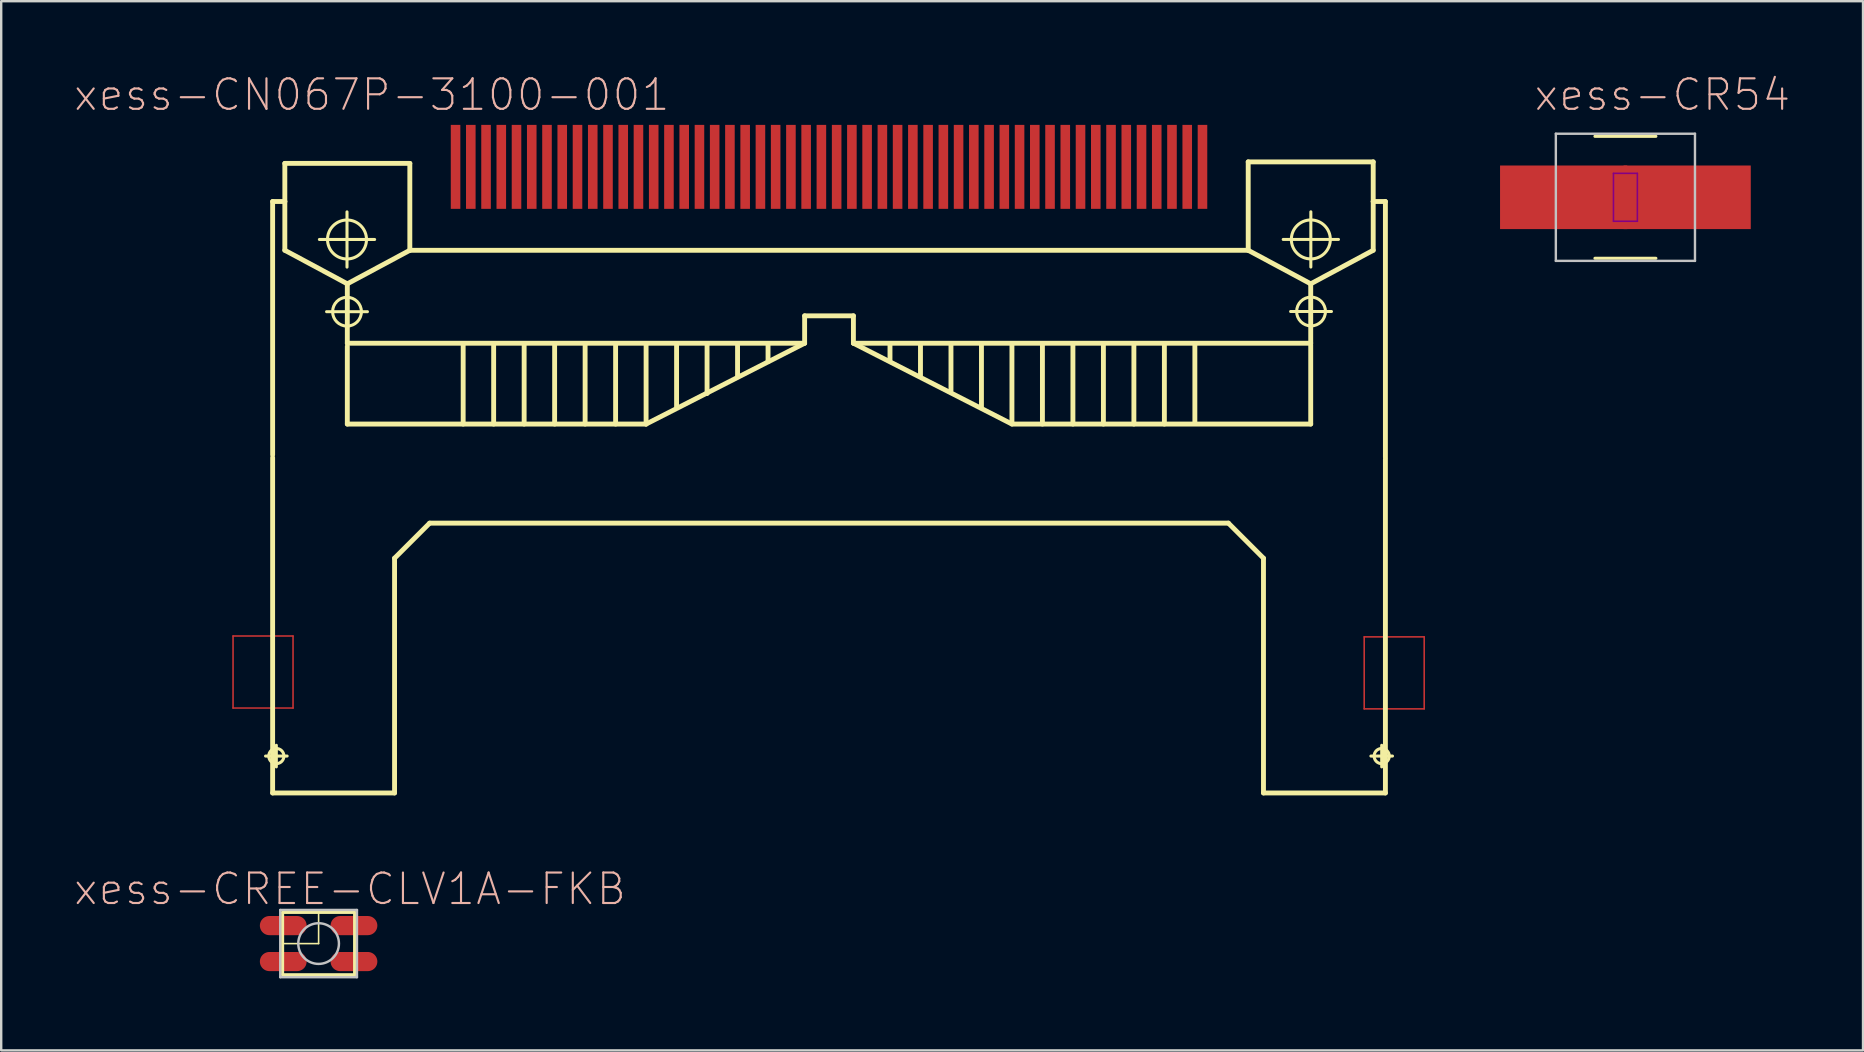
<source format=kicad_pcb>
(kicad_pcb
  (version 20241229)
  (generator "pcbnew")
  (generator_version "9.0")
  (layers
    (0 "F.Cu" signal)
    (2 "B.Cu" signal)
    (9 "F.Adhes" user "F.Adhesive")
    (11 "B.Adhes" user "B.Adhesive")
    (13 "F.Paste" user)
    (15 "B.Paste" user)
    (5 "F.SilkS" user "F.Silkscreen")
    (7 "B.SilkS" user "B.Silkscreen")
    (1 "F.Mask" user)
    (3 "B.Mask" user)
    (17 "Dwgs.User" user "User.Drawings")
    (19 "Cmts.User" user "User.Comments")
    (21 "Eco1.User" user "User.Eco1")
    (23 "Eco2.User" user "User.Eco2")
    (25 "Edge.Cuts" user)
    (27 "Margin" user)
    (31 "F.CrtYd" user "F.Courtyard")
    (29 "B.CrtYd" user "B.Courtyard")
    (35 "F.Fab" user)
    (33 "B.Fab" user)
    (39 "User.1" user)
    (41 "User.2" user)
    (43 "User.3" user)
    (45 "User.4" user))
  (footprint "xess-CN067P-3100-001"
    (layer "F.Cu")
    (at 31.484 4.074)
    (property "Reference" "xess-CN067P-3100-001" (at -19.05 -3.175 0) (layer "B.SilkS") (effects (font (size 1.27 1.27) (thickness 0.089))))
    (attr smd)
    (fp_line (start -24.826 19.37) (end -22.327 19.37) (stroke (width 0.066) (type solid)) (layer "F.Cu"))
    (fp_line (start -24.826 22.37) (end -24.826 19.37) (stroke (width 0.066) (type solid)) (layer "F.Cu"))
    (fp_line (start -24.826 22.37) (end -22.327 22.37) (stroke (width 0.066) (type solid)) (layer "F.Cu"))
    (fp_line (start -22.327 22.37) (end -22.327 19.37) (stroke (width 0.066) (type solid)) (layer "F.Cu"))
    (fp_line (start 22.294 19.406) (end 24.793 19.406) (stroke (width 0.066) (type solid)) (layer "F.Cu"))
    (fp_line (start 22.294 22.405) (end 22.294 19.406) (stroke (width 0.066) (type solid)) (layer "F.Cu"))
    (fp_line (start 22.294 22.405) (end 24.793 22.405) (stroke (width 0.066) (type solid)) (layer "F.Cu"))
    (fp_line (start 24.793 22.405) (end 24.793 19.406) (stroke (width 0.066) (type solid)) (layer "F.Cu"))
    (fp_line (start -24.973 19.241) (end -22.205 19.241) (stroke (width 0.066) (type solid)) (layer "F.Mask"))
    (fp_line (start -24.973 22.497) (end -24.973 19.241) (stroke (width 0.066) (type solid)) (layer "F.Mask"))
    (fp_line (start -24.973 22.497) (end -22.205 22.497) (stroke (width 0.066) (type solid)) (layer "F.Mask"))
    (fp_line (start -22.205 22.497) (end -22.205 19.241) (stroke (width 0.066) (type solid)) (layer "F.Mask"))
    (fp_line (start 22.151 19.279) (end 24.92 19.279) (stroke (width 0.066) (type solid)) (layer "F.Mask"))
    (fp_line (start 22.151 22.537) (end 22.151 19.279) (stroke (width 0.066) (type solid)) (layer "F.Mask"))
    (fp_line (start 22.151 22.537) (end 24.92 22.537) (stroke (width 0.066) (type solid)) (layer "F.Mask"))
    (fp_line (start 24.92 22.537) (end 24.92 19.279) (stroke (width 0.066) (type solid)) (layer "F.Mask"))
    (fp_line (start -23.472 24.371) (end -22.573 24.371) (stroke (width 0.127) (type solid)) (layer "F.SilkS"))
    (fp_line (start -23.177 1.27) (end -22.669 1.27) (stroke (width 0.203) (type solid)) (layer "F.SilkS"))
    (fp_line (start -23.177 11.826) (end -23.177 1.27) (stroke (width 0.203) (type solid)) (layer "F.SilkS"))
    (fp_line (start -23.177 25.908) (end -23.177 11.938) (stroke (width 0.203) (type solid)) (layer "F.SilkS"))
    (fp_line (start -23.023 24.821) (end -23.023 23.922) (stroke (width 0.127) (type solid)) (layer "F.SilkS"))
    (fp_line (start -22.669 -0.318) (end -17.462 -0.318) (stroke (width 0.203) (type solid)) (layer "F.SilkS"))
    (fp_line (start -22.669 1.27) (end -22.669 -0.318) (stroke (width 0.203) (type solid)) (layer "F.SilkS"))
    (fp_line (start -22.669 3.302) (end -22.669 1.27) (stroke (width 0.203) (type solid)) (layer "F.SilkS"))
    (fp_line (start -21.229 2.852) (end -18.928 2.852) (stroke (width 0.127) (type solid)) (layer "F.SilkS"))
    (fp_line (start -20.93 5.86) (end -19.228 5.86) (stroke (width 0.127) (type solid)) (layer "F.SilkS"))
    (fp_line (start -20.079 4.003) (end -20.079 1.702) (stroke (width 0.127) (type solid)) (layer "F.SilkS"))
    (fp_line (start -20.079 6.708) (end -20.079 5.009) (stroke (width 0.127) (type solid)) (layer "F.SilkS"))
    (fp_line (start -20.066 4.699) (end -22.669 3.302) (stroke (width 0.203) (type solid)) (layer "F.SilkS"))
    (fp_line (start -20.066 4.699) (end -20.066 7.173) (stroke (width 0.203) (type solid)) (layer "F.SilkS"))
    (fp_line (start -20.066 7.173) (end -1.016 7.173) (stroke (width 0.203) (type solid)) (layer "F.SilkS"))
    (fp_line (start -20.066 10.541) (end -20.066 7.303) (stroke (width 0.203) (type solid)) (layer "F.SilkS"))
    (fp_line (start -18.098 16.129) (end -18.098 25.908) (stroke (width 0.203) (type solid)) (layer "F.SilkS"))
    (fp_line (start -18.098 25.908) (end -23.177 25.908) (stroke (width 0.203) (type solid)) (layer "F.SilkS"))
    (fp_line (start -17.462 -0.318) (end -17.462 3.302) (stroke (width 0.203) (type solid)) (layer "F.SilkS"))
    (fp_line (start -17.462 3.302) (end -20.066 4.699) (stroke (width 0.203) (type solid)) (layer "F.SilkS"))
    (fp_line (start -17.462 3.302) (end 17.462 3.302) (stroke (width 0.203) (type solid)) (layer "F.SilkS"))
    (fp_line (start -16.637 14.668) (end -18.098 16.129) (stroke (width 0.203) (type solid)) (layer "F.SilkS"))
    (fp_line (start -15.24 7.236) (end -15.24 10.541) (stroke (width 0.203) (type solid)) (layer "F.SilkS"))
    (fp_line (start -13.97 7.236) (end -13.97 10.541) (stroke (width 0.203) (type solid)) (layer "F.SilkS"))
    (fp_line (start -12.7 7.236) (end -12.7 10.541) (stroke (width 0.203) (type solid)) (layer "F.SilkS"))
    (fp_line (start -11.43 7.236) (end -11.43 10.541) (stroke (width 0.203) (type solid)) (layer "F.SilkS"))
    (fp_line (start -10.16 7.236) (end -10.16 10.541) (stroke (width 0.203) (type solid)) (layer "F.SilkS"))
    (fp_line (start -8.89 7.236) (end -8.89 10.541) (stroke (width 0.203) (type solid)) (layer "F.SilkS"))
    (fp_line (start -7.62 7.236) (end -7.62 10.541) (stroke (width 0.203) (type solid)) (layer "F.SilkS"))
    (fp_line (start -7.62 10.541) (end -20.066 10.541) (stroke (width 0.203) (type solid)) (layer "F.SilkS"))
    (fp_line (start -6.35 7.236) (end -6.35 9.842) (stroke (width 0.203) (type solid)) (layer "F.SilkS"))
    (fp_line (start -5.08 7.236) (end -5.08 9.271) (stroke (width 0.203) (type solid)) (layer "F.SilkS"))
    (fp_line (start -3.81 7.236) (end -3.81 8.572) (stroke (width 0.203) (type solid)) (layer "F.SilkS"))
    (fp_line (start -2.54 7.236) (end -2.54 7.938) (stroke (width 0.203) (type solid)) (layer "F.SilkS"))
    (fp_line (start -1.016 6.032) (end 1.016 6.032) (stroke (width 0.203) (type solid)) (layer "F.SilkS"))
    (fp_line (start -1.016 7.173) (end -7.62 10.541) (stroke (width 0.203) (type solid)) (layer "F.SilkS"))
    (fp_line (start -1.016 7.173) (end -1.016 6.032) (stroke (width 0.203) (type solid)) (layer "F.SilkS"))
    (fp_line (start 1.016 6.032) (end 1.016 7.173) (stroke (width 0.203) (type solid)) (layer "F.SilkS"))
    (fp_line (start 1.016 7.173) (end 20.066 7.173) (stroke (width 0.203) (type solid)) (layer "F.SilkS"))
    (fp_line (start 2.54 7.236) (end 2.54 7.874) (stroke (width 0.203) (type solid)) (layer "F.SilkS"))
    (fp_line (start 3.81 7.236) (end 3.81 8.509) (stroke (width 0.203) (type solid)) (layer "F.SilkS"))
    (fp_line (start 5.08 7.236) (end 5.08 9.144) (stroke (width 0.203) (type solid)) (layer "F.SilkS"))
    (fp_line (start 6.35 7.236) (end 6.35 9.842) (stroke (width 0.203) (type solid)) (layer "F.SilkS"))
    (fp_line (start 7.62 7.236) (end 7.62 10.477) (stroke (width 0.203) (type solid)) (layer "F.SilkS"))
    (fp_line (start 7.62 10.541) (end 1.016 7.173) (stroke (width 0.203) (type solid)) (layer "F.SilkS"))
    (fp_line (start 8.89 7.236) (end 8.89 10.541) (stroke (width 0.203) (type solid)) (layer "F.SilkS"))
    (fp_line (start 10.16 7.236) (end 10.16 10.541) (stroke (width 0.203) (type solid)) (layer "F.SilkS"))
    (fp_line (start 11.43 7.236) (end 11.43 10.541) (stroke (width 0.203) (type solid)) (layer "F.SilkS"))
    (fp_line (start 12.7 7.236) (end 12.7 10.541) (stroke (width 0.203) (type solid)) (layer "F.SilkS"))
    (fp_line (start 13.97 7.236) (end 13.97 10.541) (stroke (width 0.203) (type solid)) (layer "F.SilkS"))
    (fp_line (start 15.24 10.477) (end 15.24 7.236) (stroke (width 0.203) (type solid)) (layer "F.SilkS"))
    (fp_line (start 16.637 14.668) (end -16.637 14.668) (stroke (width 0.203) (type solid)) (layer "F.SilkS"))
    (fp_line (start 17.462 -0.381) (end 22.669 -0.381) (stroke (width 0.203) (type solid)) (layer "F.SilkS"))
    (fp_line (start 17.462 3.302) (end 17.462 -0.381) (stroke (width 0.203) (type solid)) (layer "F.SilkS"))
    (fp_line (start 18.098 16.129) (end 16.637 14.668) (stroke (width 0.203) (type solid)) (layer "F.SilkS"))
    (fp_line (start 18.098 25.908) (end 18.098 16.129) (stroke (width 0.203) (type solid)) (layer "F.SilkS"))
    (fp_line (start 18.92 2.85) (end 21.222 2.85) (stroke (width 0.127) (type solid)) (layer "F.SilkS"))
    (fp_line (start 19.228 5.852) (end 20.93 5.852) (stroke (width 0.127) (type solid)) (layer "F.SilkS"))
    (fp_line (start 20.066 4.699) (end 17.462 3.302) (stroke (width 0.203) (type solid)) (layer "F.SilkS"))
    (fp_line (start 20.066 7.173) (end 20.066 4.699) (stroke (width 0.203) (type solid)) (layer "F.SilkS"))
    (fp_line (start 20.066 7.236) (end 20.066 10.541) (stroke (width 0.203) (type solid)) (layer "F.SilkS"))
    (fp_line (start 20.066 10.541) (end 7.62 10.541) (stroke (width 0.203) (type solid)) (layer "F.SilkS"))
    (fp_line (start 20.071 4) (end 20.071 1.699) (stroke (width 0.127) (type solid)) (layer "F.SilkS"))
    (fp_line (start 20.079 6.701) (end 20.079 5.001) (stroke (width 0.127) (type solid)) (layer "F.SilkS"))
    (fp_line (start 22.573 24.371) (end 23.472 24.371) (stroke (width 0.127) (type solid)) (layer "F.SilkS"))
    (fp_line (start 22.669 -0.381) (end 22.669 1.27) (stroke (width 0.203) (type solid)) (layer "F.SilkS"))
    (fp_line (start 22.669 1.27) (end 22.669 3.302) (stroke (width 0.203) (type solid)) (layer "F.SilkS"))
    (fp_line (start 22.669 1.27) (end 23.177 1.27) (stroke (width 0.203) (type solid)) (layer "F.SilkS"))
    (fp_line (start 22.669 3.302) (end 20.066 4.699) (stroke (width 0.203) (type solid)) (layer "F.SilkS"))
    (fp_line (start 23.023 24.821) (end 23.023 23.922) (stroke (width 0.127) (type solid)) (layer "F.SilkS"))
    (fp_line (start 23.177 1.27) (end 23.177 11.928) (stroke (width 0.203) (type solid)) (layer "F.SilkS"))
    (fp_line (start 23.177 12.002) (end 23.177 25.908) (stroke (width 0.203) (type solid)) (layer "F.SilkS"))
    (fp_line (start 23.177 25.908) (end 18.098 25.908) (stroke (width 0.203) (type solid)) (layer "F.SilkS"))
    (fp_circle (center -23.023 24.371) (end -23.246 24.595) (stroke (width 0.127) (type solid)) (fill no) (layer "F.SilkS"))
    (fp_circle (center -20.079 2.852) (end -20.653 3.426) (stroke (width 0.127) (type solid)) (fill no) (layer "F.SilkS"))
    (fp_circle (center -20.079 5.86) (end -20.503 6.284) (stroke (width 0.127) (type solid)) (fill no) (layer "F.SilkS"))
    (fp_circle (center 20.071 2.85) (end 20.645 3.424) (stroke (width 0.127) (type solid)) (fill no) (layer "F.SilkS"))
    (fp_circle (center 20.079 5.852) (end 20.503 6.276) (stroke (width 0.127) (type solid)) (fill no) (layer "F.SilkS"))
    (fp_circle (center 23.023 24.371) (end 23.246 24.595) (stroke (width 0.127) (type solid)) (fill no) (layer "F.SilkS"))
    (fp_line (start -24.834 19.373) (end -22.327 19.373) (stroke (width 0.066) (type solid)) (layer "F.Paste"))
    (fp_line (start -24.834 22.372) (end -24.834 19.373) (stroke (width 0.066) (type solid)) (layer "F.Paste"))
    (fp_line (start -24.834 22.372) (end -22.327 22.372) (stroke (width 0.066) (type solid)) (layer "F.Paste"))
    (fp_line (start -22.327 22.372) (end -22.327 19.373) (stroke (width 0.066) (type solid)) (layer "F.Paste"))
    (fp_line (start 22.283 19.401) (end 24.79 19.401) (stroke (width 0.066) (type solid)) (layer "F.Paste"))
    (fp_line (start 22.283 22.4) (end 22.283 19.401) (stroke (width 0.066) (type solid)) (layer "F.Paste"))
    (fp_line (start 22.283 22.4) (end 24.79 22.4) (stroke (width 0.066) (type solid)) (layer "F.Paste"))
    (fp_line (start 24.79 22.4) (end 24.79 19.401) (stroke (width 0.066) (type solid)) (layer "F.Paste"))
    (pad "1" smd rect (at -15.557 -0.173) (size 0.399 3.498) (layers "F.Cu" "F.Mask" "F.Paste"))
    (pad "2" smd rect (at -14.287 -0.173) (size 0.399 3.498) (layers "F.Cu" "F.Mask" "F.Paste"))
    (pad "3" smd rect (at -13.018 -0.173) (size 0.399 3.498) (layers "F.Cu" "F.Mask" "F.Paste"))
    (pad "4" smd rect (at -11.748 -0.173) (size 0.399 3.498) (layers "F.Cu" "F.Mask" "F.Paste"))
    (pad "5" smd rect (at -10.477 -0.173) (size 0.399 3.498) (layers "F.Cu" "F.Mask" "F.Paste"))
    (pad "6" smd rect (at -9.207 -0.173) (size 0.399 3.498) (layers "F.Cu" "F.Mask" "F.Paste"))
    (pad "7" smd rect (at -7.938 -0.173) (size 0.399 3.498) (layers "F.Cu" "F.Mask" "F.Paste"))
    (pad "8" smd rect (at -6.668 -0.173) (size 0.399 3.498) (layers "F.Cu" "F.Mask" "F.Paste"))
    (pad "9" smd rect (at -5.397 -0.173) (size 0.399 3.498) (layers "F.Cu" "F.Mask" "F.Paste"))
    (pad "10" smd rect (at -4.128 -0.173) (size 0.399 3.498) (layers "F.Cu" "F.Mask" "F.Paste"))
    (pad "11" smd rect (at -2.857 -0.173) (size 0.399 3.498) (layers "F.Cu" "F.Mask" "F.Paste"))
    (pad "12" smd rect (at -1.587 -0.173) (size 0.399 3.498) (layers "F.Cu" "F.Mask" "F.Paste"))
    (pad "13" smd rect (at -0.318 -0.173) (size 0.399 3.498) (layers "F.Cu" "F.Mask" "F.Paste"))
    (pad "14" smd rect (at 0.953 -0.173) (size 0.399 3.498) (layers "F.Cu" "F.Mask" "F.Paste"))
    (pad "15" smd rect (at 2.223 -0.173) (size 0.399 3.498) (layers "F.Cu" "F.Mask" "F.Paste"))
    (pad "16" smd rect (at 3.493 -0.173) (size 0.399 3.498) (layers "F.Cu" "F.Mask" "F.Paste"))
    (pad "17" smd rect (at 4.763 -0.173) (size 0.399 3.498) (layers "F.Cu" "F.Mask" "F.Paste"))
    (pad "18" smd rect (at 6.032 -0.173) (size 0.399 3.498) (layers "F.Cu" "F.Mask" "F.Paste"))
    (pad "19" smd rect (at 7.303 -0.173) (size 0.399 3.498) (layers "F.Cu" "F.Mask" "F.Paste"))
    (pad "20" smd rect (at 8.572 -0.173) (size 0.399 3.498) (layers "F.Cu" "F.Mask" "F.Paste"))
    (pad "21" smd rect (at 9.842 -0.173) (size 0.399 3.498) (layers "F.Cu" "F.Mask" "F.Paste"))
    (pad "22" smd rect (at 11.113 -0.173) (size 0.399 3.498) (layers "F.Cu" "F.Mask" "F.Paste"))
    (pad "23" smd rect (at 12.383 -0.173) (size 0.399 3.498) (layers "F.Cu" "F.Mask" "F.Paste"))
    (pad "24" smd rect (at 13.652 -0.173) (size 0.399 3.498) (layers "F.Cu" "F.Mask" "F.Paste"))
    (pad "25" smd rect (at 14.922 -0.173) (size 0.399 3.498) (layers "F.Cu" "F.Mask" "F.Paste"))
    (pad "26" smd rect (at -14.922 -0.173) (size 0.399 3.498) (layers "F.Cu" "F.Mask" "F.Paste"))
    (pad "27" smd rect (at -13.652 -0.173) (size 0.399 3.498) (layers "F.Cu" "F.Mask" "F.Paste"))
    (pad "28" smd rect (at -12.383 -0.173) (size 0.399 3.498) (layers "F.Cu" "F.Mask" "F.Paste"))
    (pad "29" smd rect (at -11.113 -0.173) (size 0.399 3.498) (layers "F.Cu" "F.Mask" "F.Paste"))
    (pad "30" smd rect (at -9.842 -0.173) (size 0.399 3.498) (layers "F.Cu" "F.Mask" "F.Paste"))
    (pad "31" smd rect (at -8.572 -0.173) (size 0.399 3.498) (layers "F.Cu" "F.Mask" "F.Paste"))
    (pad "32" smd rect (at -7.303 -0.173) (size 0.399 3.498) (layers "F.Cu" "F.Mask" "F.Paste"))
    (pad "33" smd rect (at -6.032 -0.173) (size 0.399 3.498) (layers "F.Cu" "F.Mask" "F.Paste"))
    (pad "34" smd rect (at -4.763 -0.173) (size 0.399 3.498) (layers "F.Cu" "F.Mask" "F.Paste"))
    (pad "35" smd rect (at -3.493 -0.173) (size 0.399 3.498) (layers "F.Cu" "F.Mask" "F.Paste"))
    (pad "36" smd rect (at -2.223 -0.173) (size 0.399 3.498) (layers "F.Cu" "F.Mask" "F.Paste"))
    (pad "37" smd rect (at -0.953 -0.173) (size 0.399 3.498) (layers "F.Cu" "F.Mask" "F.Paste"))
    (pad "38" smd rect (at 0.318 -0.173) (size 0.399 3.498) (layers "F.Cu" "F.Mask" "F.Paste"))
    (pad "39" smd rect (at 1.587 -0.173) (size 0.399 3.498) (layers "F.Cu" "F.Mask" "F.Paste"))
    (pad "40" smd rect (at 2.857 -0.173) (size 0.399 3.498) (layers "F.Cu" "F.Mask" "F.Paste"))
    (pad "41" smd rect (at 4.128 -0.173) (size 0.399 3.498) (layers "F.Cu" "F.Mask" "F.Paste"))
    (pad "42" smd rect (at 5.397 -0.173) (size 0.399 3.498) (layers "F.Cu" "F.Mask" "F.Paste"))
    (pad "43" smd rect (at 6.668 -0.173) (size 0.399 3.498) (layers "F.Cu" "F.Mask" "F.Paste"))
    (pad "44" smd rect (at 7.938 -0.173) (size 0.399 3.498) (layers "F.Cu" "F.Mask" "F.Paste"))
    (pad "45" smd rect (at 9.207 -0.173) (size 0.399 3.498) (layers "F.Cu" "F.Mask" "F.Paste"))
    (pad "46" smd rect (at 10.477 -0.173) (size 0.399 3.498) (layers "F.Cu" "F.Mask" "F.Paste"))
    (pad "47" smd rect (at 11.748 -0.173) (size 0.399 3.498) (layers "F.Cu" "F.Mask" "F.Paste"))
    (pad "48" smd rect (at 13.018 -0.173) (size 0.399 3.498) (layers "F.Cu" "F.Mask" "F.Paste"))
    (pad "49" smd rect (at 14.287 -0.173) (size 0.399 3.498) (layers "F.Cu" "F.Mask" "F.Paste"))
    (pad "50" smd rect (at 15.557 -0.173) (size 0.399 3.498) (layers "F.Cu" "F.Mask" "F.Paste")))
  (footprint "xess-CREE-CLV1A-FKB"
    (layer "F.Cu")
    (at 10.222 36.256)
    (property "Reference" "xess-CREE-CLV1A-FKB" (at 1.306 -2.273 0) (layer "B.SilkS") (effects (font (size 1.27 1.27) (thickness 0.089))))
    (attr smd)
    (fp_line (start -1.499 -1.298) (end -1.499 1.298) (stroke (width 0.127) (type solid)) (layer "F.SilkS"))
    (fp_line (start -1.499 1.298) (end 1.499 1.298) (stroke (width 0.127) (type solid)) (layer "F.SilkS"))
    (fp_line (start -1.488 -1.311) (end 0 -1.311) (stroke (width 0.066) (type solid)) (layer "F.SilkS"))
    (fp_line (start -1.488 0) (end -1.488 -1.311) (stroke (width 0.066) (type solid)) (layer "F.SilkS"))
    (fp_line (start -1.488 0) (end 0 0) (stroke (width 0.066) (type solid)) (layer "F.SilkS"))
    (fp_line (start 0 0) (end 0 -1.311) (stroke (width 0.066) (type solid)) (layer "F.SilkS"))
    (fp_line (start 1.499 -1.298) (end -1.499 -1.298) (stroke (width 0.127) (type solid)) (layer "F.SilkS"))
    (fp_line (start 1.499 1.298) (end 1.499 -1.298) (stroke (width 0.127) (type solid)) (layer "F.SilkS"))
    (fp_line (start -1.598 -1.4) (end -1.598 1.4) (stroke (width 0.1) (type solid)) (layer "Dwgs.User"))
    (fp_line (start -1.598 1.4) (end 1.598 1.4) (stroke (width 0.1) (type solid)) (layer "Dwgs.User"))
    (fp_line (start 1.598 -1.4) (end -1.598 -1.4) (stroke (width 0.1) (type solid)) (layer "Dwgs.User"))
    (fp_line (start 1.598 1.4) (end 1.598 -1.4) (stroke (width 0.1) (type solid)) (layer "Dwgs.User"))
    (fp_circle (center 0 0) (end -0.599 0.599) (stroke (width 0.102) (type solid)) (fill no) (layer "Dwgs.User"))
    (pad "1" smd oval (at -1.473 -0.749) (size 1.948 0.798) (layers "F.Cu" "F.Mask" "F.Paste"))
    (pad "2" smd oval (at -1.473 0.749) (size 1.948 0.798) (layers "F.Cu" "F.Mask" "F.Paste"))
    (pad "3" smd oval (at 1.473 0.749) (size 1.948 0.798) (layers "F.Cu" "F.Mask" "F.Paste"))
    (pad "4" smd oval (at 1.473 -0.749) (size 1.948 0.798) (layers "F.Cu" "F.Mask" "F.Paste")))
  (footprint "xess-CR54"
    (layer "F.Cu")
    (at 64.659 5.169)
    (property "Reference" "xess-CR54" (at 1.539 -4.27 0) (layer "B.SilkS") (effects (font (size 1.27 1.27) (thickness 0.089))))
    (attr smd)
    (fp_line (start -1.27 -2.54) (end 1.27 -2.54) (stroke (width 0.127) (type solid)) (layer "F.SilkS"))
    (fp_line (start 1.27 2.54) (end -1.27 2.54) (stroke (width 0.127) (type solid)) (layer "F.SilkS"))
    (fp_line (start -0.498 -0.998) (end 0.498 -0.998) (stroke (width 0.066) (type solid)) (layer "F.Adhes"))
    (fp_line (start -0.498 0.998) (end -0.498 -0.998) (stroke (width 0.066) (type solid)) (layer "F.Adhes"))
    (fp_line (start -0.498 0.998) (end 0.498 0.998) (stroke (width 0.066) (type solid)) (layer "F.Adhes"))
    (fp_line (start 0.498 0.998) (end 0.498 -0.998) (stroke (width 0.066) (type solid)) (layer "F.Adhes"))
    (fp_line (start -2.898 -2.649) (end -2.898 2.649) (stroke (width 0.1) (type solid)) (layer "Dwgs.User"))
    (fp_line (start -2.898 2.649) (end 2.898 2.649) (stroke (width 0.1) (type solid)) (layer "Dwgs.User"))
    (fp_line (start 2.898 -2.649) (end -2.898 -2.649) (stroke (width 0.1) (type solid)) (layer "Dwgs.User"))
    (fp_line (start 2.898 2.649) (end 2.898 -2.649) (stroke (width 0.1) (type solid)) (layer "Dwgs.User"))
    (pad "1" smd rect (at -2.573 0) (size 5.298 2.649) (layers "F.Cu" "F.Mask" "F.Paste"))
    (pad "2" smd rect (at 2.573 0) (size 5.298 2.649) (layers "F.Cu" "F.Mask" "F.Paste")))
  (gr_rect
    (start -3 -3)
    (end 74.557 40.705)
    (stroke (width 0.1) (type default))
    (fill no)
    (layer "Edge.Cuts")))
</source>
